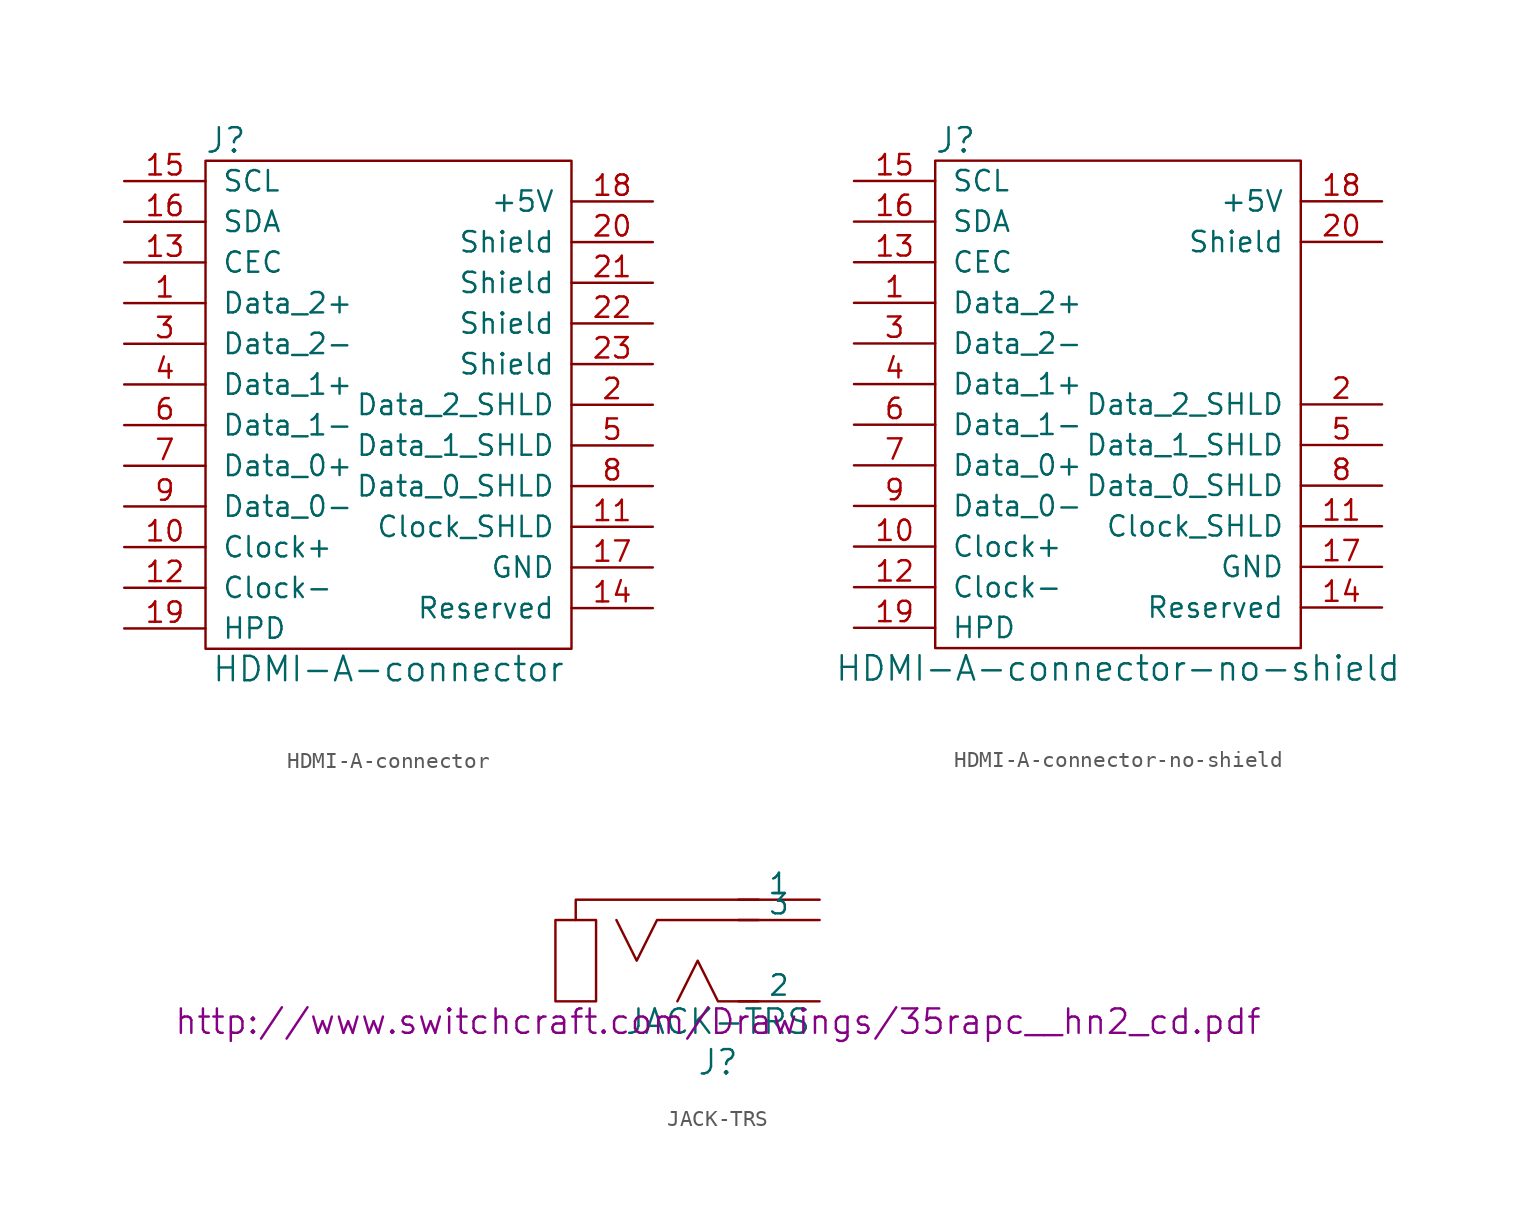
<source format=kicad_sym>
(kicad_symbol_lib
  (version 20241209)
  (generator "kicad_symbol_editor")
  (generator_version "9.0")
  (symbol "HDMI-A-connector"
    (pin_names
      (offset 1.016))
    (property "Reference" "J"
      (at -10.16 16.51 0)
      (effects (font (size 1.524 1.524))))
    (property "Value" "HDMI-A-connector"
      (at 0 -16.51 0)
      (effects (font (size 1.524 1.524))))
    (symbol "HDMI-A-connector_0_1"
      (rectangle (start -11.43 15.24) (end 11.43 -15.24) (stroke (width 0) (type solid)) (fill (type none))))
    (symbol "HDMI-A-connector_1_1"
      (pin bidirectional line (at -16.51 13.97 0) (length 5.08) (name "SCL" (effects (font (size 1.27 1.27)))) (number "15" (effects (font (size 1.27 1.27)))))
      (pin bidirectional line (at -16.51 11.43 0) (length 5.08) (name "SDA" (effects (font (size 1.27 1.27)))) (number "16" (effects (font (size 1.27 1.27)))))
      (pin bidirectional line (at -16.51 8.89 0) (length 5.08) (name "CEC" (effects (font (size 1.27 1.27)))) (number "13" (effects (font (size 1.27 1.27)))))
      (pin bidirectional line (at -16.51 6.35 0) (length 5.08) (name "Data_2+" (effects (font (size 1.27 1.27)))) (number "1" (effects (font (size 1.27 1.27)))))
      (pin bidirectional line (at -16.51 3.81 0) (length 5.08) (name "Data_2-" (effects (font (size 1.27 1.27)))) (number "3" (effects (font (size 1.27 1.27)))))
      (pin bidirectional line (at -16.51 1.27 0) (length 5.08) (name "Data_1+" (effects (font (size 1.27 1.27)))) (number "4" (effects (font (size 1.27 1.27)))))
      (pin bidirectional line (at -16.51 -1.27 0) (length 5.08) (name "Data_1-" (effects (font (size 1.27 1.27)))) (number "6" (effects (font (size 1.27 1.27)))))
      (pin bidirectional line (at -16.51 -3.81 0) (length 5.08) (name "Data_0+" (effects (font (size 1.27 1.27)))) (number "7" (effects (font (size 1.27 1.27)))))
      (pin bidirectional line (at -16.51 -6.35 0) (length 5.08) (name "Data_0-" (effects (font (size 1.27 1.27)))) (number "9" (effects (font (size 1.27 1.27)))))
      (pin bidirectional line (at -16.51 -8.89 0) (length 5.08) (name "Clock+" (effects (font (size 1.27 1.27)))) (number "10" (effects (font (size 1.27 1.27)))))
      (pin bidirectional line (at -16.51 -11.43 0) (length 5.08) (name "Clock-" (effects (font (size 1.27 1.27)))) (number "12" (effects (font (size 1.27 1.27)))))
      (pin bidirectional line (at -16.51 -13.97 0) (length 5.08) (name "HPD" (effects (font (size 1.27 1.27)))) (number "19" (effects (font (size 1.27 1.27)))))
      (pin power_in line (at 16.51 12.7 180) (length 5.08) (name "+5V" (effects (font (size 1.27 1.27)))) (number "18" (effects (font (size 1.27 1.27)))))
      (pin passive line (at 16.51 10.16 180) (length 5.08) (name "Shield" (effects (font (size 1.27 1.27)))) (number "20" (effects (font (size 1.27 1.27)))))
      (pin passive line (at 16.51 7.62 180) (length 5.08) (name "Shield" (effects (font (size 1.27 1.27)))) (number "21" (effects (font (size 1.27 1.27)))))
      (pin passive line (at 16.51 5.08 180) (length 5.08) (name "Shield" (effects (font (size 1.27 1.27)))) (number "22" (effects (font (size 1.27 1.27)))))
      (pin passive line (at 16.51 2.54 180) (length 5.08) (name "Shield" (effects (font (size 1.27 1.27)))) (number "23" (effects (font (size 1.27 1.27)))))
      (pin passive line (at 16.51 0 180) (length 5.08) (name "Data_2_SHLD" (effects (font (size 1.27 1.27)))) (number "2" (effects (font (size 1.27 1.27)))))
      (pin passive line (at 16.51 -2.54 180) (length 5.08) (name "Data_1_SHLD" (effects (font (size 1.27 1.27)))) (number "5" (effects (font (size 1.27 1.27)))))
      (pin passive line (at 16.51 -5.08 180) (length 5.08) (name "Data_0_SHLD" (effects (font (size 1.27 1.27)))) (number "8" (effects (font (size 1.27 1.27)))))
      (pin bidirectional line (at 16.51 -7.62 180) (length 5.08) (name "Clock_SHLD" (effects (font (size 1.27 1.27)))) (number "11" (effects (font (size 1.27 1.27)))))
      (pin power_in line (at 16.51 -10.16 180) (length 5.08) (name "GND" (effects (font (size 1.27 1.27)))) (number "17" (effects (font (size 1.27 1.27)))))
      (pin bidirectional line (at 16.51 -12.7 180) (length 5.08) (name "Reserved" (effects (font (size 1.27 1.27)))) (number "14" (effects (font (size 1.27 1.27)))))))
  (symbol "HDMI-A-connector-no-shield"
    (pin_names
      (offset 1.016))
    (property "Reference" "J"
      (at -10.16 16.51 0)
      (effects (font (size 1.524 1.524))))
    (property "Value" "HDMI-A-connector-no-shield"
      (at 0 -16.51 0)
      (effects (font (size 1.524 1.524))))
    (symbol "HDMI-A-connector-no-shield_0_1"
      (rectangle (start -11.43 15.24) (end 11.43 -15.24) (stroke (width 0) (type solid)) (fill (type none))))
    (symbol "HDMI-A-connector-no-shield_1_1"
      (pin bidirectional line (at -16.51 13.97 0) (length 5.08) (name "SCL" (effects (font (size 1.27 1.27)))) (number "15" (effects (font (size 1.27 1.27)))))
      (pin bidirectional line (at -16.51 11.43 0) (length 5.08) (name "SDA" (effects (font (size 1.27 1.27)))) (number "16" (effects (font (size 1.27 1.27)))))
      (pin bidirectional line (at -16.51 8.89 0) (length 5.08) (name "CEC" (effects (font (size 1.27 1.27)))) (number "13" (effects (font (size 1.27 1.27)))))
      (pin bidirectional line (at -16.51 6.35 0) (length 5.08) (name "Data_2+" (effects (font (size 1.27 1.27)))) (number "1" (effects (font (size 1.27 1.27)))))
      (pin bidirectional line (at -16.51 3.81 0) (length 5.08) (name "Data_2-" (effects (font (size 1.27 1.27)))) (number "3" (effects (font (size 1.27 1.27)))))
      (pin bidirectional line (at -16.51 1.27 0) (length 5.08) (name "Data_1+" (effects (font (size 1.27 1.27)))) (number "4" (effects (font (size 1.27 1.27)))))
      (pin bidirectional line (at -16.51 -1.27 0) (length 5.08) (name "Data_1-" (effects (font (size 1.27 1.27)))) (number "6" (effects (font (size 1.27 1.27)))))
      (pin bidirectional line (at -16.51 -3.81 0) (length 5.08) (name "Data_0+" (effects (font (size 1.27 1.27)))) (number "7" (effects (font (size 1.27 1.27)))))
      (pin bidirectional line (at -16.51 -6.35 0) (length 5.08) (name "Data_0-" (effects (font (size 1.27 1.27)))) (number "9" (effects (font (size 1.27 1.27)))))
      (pin bidirectional line (at -16.51 -8.89 0) (length 5.08) (name "Clock+" (effects (font (size 1.27 1.27)))) (number "10" (effects (font (size 1.27 1.27)))))
      (pin bidirectional line (at -16.51 -11.43 0) (length 5.08) (name "Clock-" (effects (font (size 1.27 1.27)))) (number "12" (effects (font (size 1.27 1.27)))))
      (pin bidirectional line (at -16.51 -13.97 0) (length 5.08) (name "HPD" (effects (font (size 1.27 1.27)))) (number "19" (effects (font (size 1.27 1.27)))))
      (pin power_in line (at 16.51 12.7 180) (length 5.08) (name "+5V" (effects (font (size 1.27 1.27)))) (number "18" (effects (font (size 1.27 1.27)))))
      (pin passive line (at 16.51 10.16 180) (length 5.08) (name "Shield" (effects (font (size 1.27 1.27)))) (number "20" (effects (font (size 1.27 1.27)))))
      (pin passive line (at 16.51 0 180) (length 5.08) (name "Data_2_SHLD" (effects (font (size 1.27 1.27)))) (number "2" (effects (font (size 1.27 1.27)))))
      (pin passive line (at 16.51 -2.54 180) (length 5.08) (name "Data_1_SHLD" (effects (font (size 1.27 1.27)))) (number "5" (effects (font (size 1.27 1.27)))))
      (pin passive line (at 16.51 -5.08 180) (length 5.08) (name "Data_0_SHLD" (effects (font (size 1.27 1.27)))) (number "8" (effects (font (size 1.27 1.27)))))
      (pin bidirectional line (at 16.51 -7.62 180) (length 5.08) (name "Clock_SHLD" (effects (font (size 1.27 1.27)))) (number "11" (effects (font (size 1.27 1.27)))))
      (pin power_in line (at 16.51 -10.16 180) (length 5.08) (name "GND" (effects (font (size 1.27 1.27)))) (number "17" (effects (font (size 1.27 1.27)))))
      (pin bidirectional line (at 16.51 -12.7 180) (length 5.08) (name "Reserved" (effects (font (size 1.27 1.27)))) (number "14" (effects (font (size 1.27 1.27)))))))
  (symbol "JACK-TRS"
    (pin_numbers
      (hide yes))
    (pin_names
      (offset 0))
    (property "Reference" "J"
      (at 0 -2.54 0)
      (effects (font (size 1.524 1.524))))
    (property "Value" "JACK-TRS"
      (at 0 0 0)
      (effects (font (size 1.524 1.524))))
    (property "Footprint" ""
      (at 0 0 0)
      (effects (font (size 1.524 1.524))))
    (property "Datasheet" "http://www.switchcraft.com/Drawings/35rapc__hn2_cd.pdf"
      (at 0 0 0)
      (effects (font (size 1.524 1.524))))
    (symbol "JACK-TRS_0_1"
      (polyline (pts (xy -10.16 6.35) (xy -10.16 1.27) (xy -7.62 1.27) (xy -7.62 6.35) (xy -10.16 6.35)) (stroke (width 0) (type solid)) (fill (type none)))
      (polyline (pts (xy -8.89 6.35) (xy -8.89 7.62) (xy 2.54 7.62)) (stroke (width 0) (type solid)) (fill (type none)))
      (polyline (pts (xy -6.35 6.35) (xy -5.08 3.81) (xy -3.81 6.35) (xy 2.54 6.35)) (stroke (width 0) (type solid)) (fill (type none)))
      (polyline (pts (xy -2.54 1.27) (xy -1.27 3.81) (xy 0 1.27) (xy 2.54 1.27)) (stroke (width 0) (type solid)) (fill (type none))))
    (symbol "JACK-TRS_1_1"
      (pin passive line (at 6.35 7.62 180) (length 5.08) (name "1" (effects (font (size 1.27 1.27)))) (number "1" (effects (font (size 1.27 1.27)))))
      (pin passive line (at 6.35 6.35 180) (length 5.08) (name "3" (effects (font (size 1.27 1.27)))) (number "3" (effects (font (size 1.27 1.27)))))
      (pin passive line (at 6.35 1.27 180) (length 5.08) (name "2" (effects (font (size 1.27 1.27)))) (number "2" (effects (font (size 1.27 1.27))))))))
</source>
